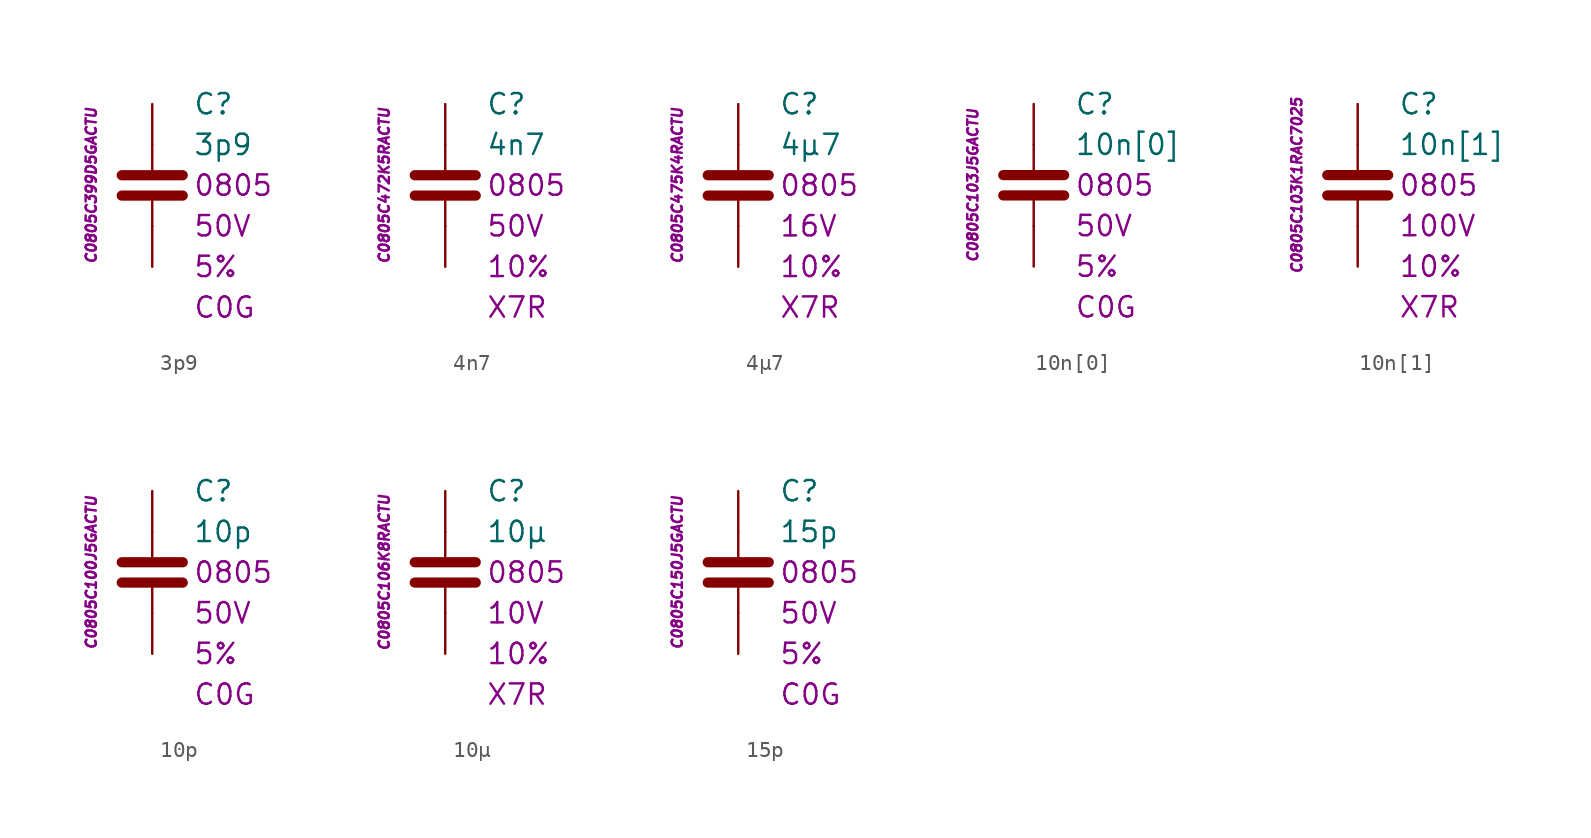
<source format=kicad_sym>
(kicad_symbol_lib
  (version 20201005)
  (generator kicad_symbol_editor)
  (symbol "C.Kemet.MLCC.0805:3p9"
    (pin_numbers hide)
    (pin_names
      (offset 1.016) hide)
    (property "Reference" "C"
      (at 2.54 5.08 0)
      (effects (font (size 1.27 1.27)) (justify left)))
    (property "Value" "3p9"
      (at 2.54 2.54 0)
      (effects (font (size 1.27 1.27)) (justify left)))
    (property "Package" "0805"
      (at 2.54 0 0)
      (effects (font (size 1.27 1.27)) (justify left)))
    (property "Voltage" "50V"
      (at 2.54 -2.54 0)
      (effects (font (size 1.27 1.27)) (justify left)))
    (property "Tolerance" "5%"
      (at 2.54 -5.08 0)
      (effects (font (size 1.27 1.27)) (justify left)))
    (property "Dielectric" "C0G"
      (at 2.54 -7.62 0)
      (effects (font (size 1.27 1.27)) (justify left)))
    (property "ID" "C0805C399D5GACTU"
      (at -3.81 0 90)
      (effects (font (size 0.635 0.635) italic)))
    (symbol "3p9_0_1"
      (polyline (pts (xy -1.905 -0.635) (xy 1.905 -0.635)) (stroke (width 0.635)) (fill (type none)))
      (polyline (pts (xy -1.905 0.635) (xy 1.905 0.635)) (stroke (width 0.635)) (fill (type none)))
      (polyline (pts (xy 0 -2.54) (xy 0 -0.635)) (stroke (width 0.152)) (fill (type none)))
      (polyline (pts (xy 0 0.635) (xy 0 2.54)) (stroke (width 0.152)) (fill (type none))))
    (symbol "3p9_1_1"
      (pin passive line (at 0 5.08 270) (length 2.54) (name "~" (effects (font (size 1.778 1.778)))) (number "1" (effects (font (size 1.778 1.778)))))
      (pin passive line (at 0 -5.08 90) (length 2.54) (name "~" (effects (font (size 1.778 1.778)))) (number "2" (effects (font (size 1.778 1.778)))))))
  (symbol "C.Kemet.MLCC.0805:4n7"
    (pin_numbers hide)
    (pin_names
      (offset 1.016) hide)
    (property "Reference" "C"
      (at 2.54 5.08 0)
      (effects (font (size 1.27 1.27)) (justify left)))
    (property "Value" "4n7"
      (at 2.54 2.54 0)
      (effects (font (size 1.27 1.27)) (justify left)))
    (property "Package" "0805"
      (at 2.54 0 0)
      (effects (font (size 1.27 1.27)) (justify left)))
    (property "Voltage" "50V"
      (at 2.54 -2.54 0)
      (effects (font (size 1.27 1.27)) (justify left)))
    (property "Tolerance" "10%"
      (at 2.54 -5.08 0)
      (effects (font (size 1.27 1.27)) (justify left)))
    (property "Dielectric" "X7R"
      (at 2.54 -7.62 0)
      (effects (font (size 1.27 1.27)) (justify left)))
    (property "ID" "C0805C472K5RACTU"
      (at -3.81 0 90)
      (effects (font (size 0.635 0.635) italic)))
    (symbol "4n7_0_1"
      (polyline (pts (xy -1.905 -0.635) (xy 1.905 -0.635)) (stroke (width 0.635)) (fill (type none)))
      (polyline (pts (xy -1.905 0.635) (xy 1.905 0.635)) (stroke (width 0.635)) (fill (type none)))
      (polyline (pts (xy 0 -2.54) (xy 0 -0.635)) (stroke (width 0.152)) (fill (type none)))
      (polyline (pts (xy 0 0.635) (xy 0 2.54)) (stroke (width 0.152)) (fill (type none))))
    (symbol "4n7_1_1"
      (pin passive line (at 0 5.08 270) (length 2.54) (name "~" (effects (font (size 1.778 1.778)))) (number "1" (effects (font (size 1.778 1.778)))))
      (pin passive line (at 0 -5.08 90) (length 2.54) (name "~" (effects (font (size 1.778 1.778)))) (number "2" (effects (font (size 1.778 1.778)))))))
  (symbol "C.Kemet.MLCC.0805:4µ7"
    (pin_numbers hide)
    (pin_names
      (offset 1.016) hide)
    (property "Reference" "C"
      (at 2.54 5.08 0)
      (effects (font (size 1.27 1.27)) (justify left)))
    (property "Value" "4µ7"
      (at 2.54 2.54 0)
      (effects (font (size 1.27 1.27)) (justify left)))
    (property "Package" "0805"
      (at 2.54 0 0)
      (effects (font (size 1.27 1.27)) (justify left)))
    (property "Voltage" "16V"
      (at 2.54 -2.54 0)
      (effects (font (size 1.27 1.27)) (justify left)))
    (property "Tolerance" "10%"
      (at 2.54 -5.08 0)
      (effects (font (size 1.27 1.27)) (justify left)))
    (property "Dielectric" "X7R"
      (at 2.54 -7.62 0)
      (effects (font (size 1.27 1.27)) (justify left)))
    (property "ID" "C0805C475K4RACTU"
      (at -3.81 0 90)
      (effects (font (size 0.635 0.635) italic)))
    (symbol "4µ7_0_1"
      (polyline (pts (xy -1.905 -0.635) (xy 1.905 -0.635)) (stroke (width 0.635)) (fill (type none)))
      (polyline (pts (xy -1.905 0.635) (xy 1.905 0.635)) (stroke (width 0.635)) (fill (type none)))
      (polyline (pts (xy 0 -2.54) (xy 0 -0.635)) (stroke (width 0.152)) (fill (type none)))
      (polyline (pts (xy 0 0.635) (xy 0 2.54)) (stroke (width 0.152)) (fill (type none))))
    (symbol "4µ7_1_1"
      (pin passive line (at 0 5.08 270) (length 2.54) (name "~" (effects (font (size 1.778 1.778)))) (number "1" (effects (font (size 1.778 1.778)))))
      (pin passive line (at 0 -5.08 90) (length 2.54) (name "~" (effects (font (size 1.778 1.778)))) (number "2" (effects (font (size 1.778 1.778)))))))
  (symbol "C.Kemet.MLCC.0805:10n[0]"
    (pin_numbers hide)
    (pin_names
      (offset 1.016) hide)
    (property "Reference" "C"
      (at 2.54 5.08 0)
      (effects (font (size 1.27 1.27)) (justify left)))
    (property "Value" "10n[0]"
      (at 2.54 2.54 0)
      (effects (font (size 1.27 1.27)) (justify left)))
    (property "Package" "0805"
      (at 2.54 0 0)
      (effects (font (size 1.27 1.27)) (justify left)))
    (property "Voltage" "50V"
      (at 2.54 -2.54 0)
      (effects (font (size 1.27 1.27)) (justify left)))
    (property "Tolerance" "5%"
      (at 2.54 -5.08 0)
      (effects (font (size 1.27 1.27)) (justify left)))
    (property "Dielectric" "C0G"
      (at 2.54 -7.62 0)
      (effects (font (size 1.27 1.27)) (justify left)))
    (property "ID" "C0805C103J5GACTU"
      (at -3.81 0 90)
      (effects (font (size 0.635 0.635) italic)))
    (symbol "10n[0]_0_1"
      (polyline (pts (xy -1.905 -0.635) (xy 1.905 -0.635)) (stroke (width 0.635)) (fill (type none)))
      (polyline (pts (xy -1.905 0.635) (xy 1.905 0.635)) (stroke (width 0.635)) (fill (type none)))
      (polyline (pts (xy 0 -2.54) (xy 0 -0.635)) (stroke (width 0.152)) (fill (type none)))
      (polyline (pts (xy 0 0.635) (xy 0 2.54)) (stroke (width 0.152)) (fill (type none))))
    (symbol "10n[0]_1_1"
      (pin passive line (at 0 5.08 270) (length 2.54) (name "~" (effects (font (size 1.778 1.778)))) (number "1" (effects (font (size 1.778 1.778)))))
      (pin passive line (at 0 -5.08 90) (length 2.54) (name "~" (effects (font (size 1.778 1.778)))) (number "2" (effects (font (size 1.778 1.778)))))))
  (symbol "C.Kemet.MLCC.0805:10n[1]"
    (pin_numbers hide)
    (pin_names
      (offset 1.016) hide)
    (property "Reference" "C"
      (at 2.54 5.08 0)
      (effects (font (size 1.27 1.27)) (justify left)))
    (property "Value" "10n[1]"
      (at 2.54 2.54 0)
      (effects (font (size 1.27 1.27)) (justify left)))
    (property "Package" "0805"
      (at 2.54 0 0)
      (effects (font (size 1.27 1.27)) (justify left)))
    (property "Voltage" "100V"
      (at 2.54 -2.54 0)
      (effects (font (size 1.27 1.27)) (justify left)))
    (property "Tolerance" "10%"
      (at 2.54 -5.08 0)
      (effects (font (size 1.27 1.27)) (justify left)))
    (property "Dielectric" "X7R"
      (at 2.54 -7.62 0)
      (effects (font (size 1.27 1.27)) (justify left)))
    (property "ID" "C0805C103K1RAC7025"
      (at -3.81 0 90)
      (effects (font (size 0.635 0.635) italic)))
    (symbol "10n[1]_0_1"
      (polyline (pts (xy -1.905 -0.635) (xy 1.905 -0.635)) (stroke (width 0.635)) (fill (type none)))
      (polyline (pts (xy -1.905 0.635) (xy 1.905 0.635)) (stroke (width 0.635)) (fill (type none)))
      (polyline (pts (xy 0 -2.54) (xy 0 -0.635)) (stroke (width 0.152)) (fill (type none)))
      (polyline (pts (xy 0 0.635) (xy 0 2.54)) (stroke (width 0.152)) (fill (type none))))
    (symbol "10n[1]_1_1"
      (pin passive line (at 0 5.08 270) (length 2.54) (name "~" (effects (font (size 1.778 1.778)))) (number "1" (effects (font (size 1.778 1.778)))))
      (pin passive line (at 0 -5.08 90) (length 2.54) (name "~" (effects (font (size 1.778 1.778)))) (number "2" (effects (font (size 1.778 1.778)))))))
  (symbol "C.Kemet.MLCC.0805:10p"
    (pin_numbers hide)
    (pin_names
      (offset 1.016) hide)
    (property "Reference" "C"
      (at 2.54 5.08 0)
      (effects (font (size 1.27 1.27)) (justify left)))
    (property "Value" "10p"
      (at 2.54 2.54 0)
      (effects (font (size 1.27 1.27)) (justify left)))
    (property "Package" "0805"
      (at 2.54 0 0)
      (effects (font (size 1.27 1.27)) (justify left)))
    (property "Voltage" "50V"
      (at 2.54 -2.54 0)
      (effects (font (size 1.27 1.27)) (justify left)))
    (property "Tolerance" "5%"
      (at 2.54 -5.08 0)
      (effects (font (size 1.27 1.27)) (justify left)))
    (property "Dielectric" "C0G"
      (at 2.54 -7.62 0)
      (effects (font (size 1.27 1.27)) (justify left)))
    (property "ID" "C0805C100J5GACTU"
      (at -3.81 0 90)
      (effects (font (size 0.635 0.635) italic)))
    (symbol "10p_0_1"
      (polyline (pts (xy -1.905 -0.635) (xy 1.905 -0.635)) (stroke (width 0.635)) (fill (type none)))
      (polyline (pts (xy -1.905 0.635) (xy 1.905 0.635)) (stroke (width 0.635)) (fill (type none)))
      (polyline (pts (xy 0 -2.54) (xy 0 -0.635)) (stroke (width 0.152)) (fill (type none)))
      (polyline (pts (xy 0 0.635) (xy 0 2.54)) (stroke (width 0.152)) (fill (type none))))
    (symbol "10p_1_1"
      (pin passive line (at 0 5.08 270) (length 2.54) (name "~" (effects (font (size 1.778 1.778)))) (number "1" (effects (font (size 1.778 1.778)))))
      (pin passive line (at 0 -5.08 90) (length 2.54) (name "~" (effects (font (size 1.778 1.778)))) (number "2" (effects (font (size 1.778 1.778)))))))
  (symbol "C.Kemet.MLCC.0805:10µ"
    (pin_numbers hide)
    (pin_names
      (offset 1.016) hide)
    (property "Reference" "C"
      (at 2.54 5.08 0)
      (effects (font (size 1.27 1.27)) (justify left)))
    (property "Value" "10µ"
      (at 2.54 2.54 0)
      (effects (font (size 1.27 1.27)) (justify left)))
    (property "Package" "0805"
      (at 2.54 0 0)
      (effects (font (size 1.27 1.27)) (justify left)))
    (property "Voltage" "10V"
      (at 2.54 -2.54 0)
      (effects (font (size 1.27 1.27)) (justify left)))
    (property "Tolerance" "10%"
      (at 2.54 -5.08 0)
      (effects (font (size 1.27 1.27)) (justify left)))
    (property "Dielectric" "X7R"
      (at 2.54 -7.62 0)
      (effects (font (size 1.27 1.27)) (justify left)))
    (property "ID" "C0805C106K8RACTU"
      (at -3.81 0 90)
      (effects (font (size 0.635 0.635) italic)))
    (symbol "10µ_0_1"
      (polyline (pts (xy -1.905 -0.635) (xy 1.905 -0.635)) (stroke (width 0.635)) (fill (type none)))
      (polyline (pts (xy -1.905 0.635) (xy 1.905 0.635)) (stroke (width 0.635)) (fill (type none)))
      (polyline (pts (xy 0 -2.54) (xy 0 -0.635)) (stroke (width 0.152)) (fill (type none)))
      (polyline (pts (xy 0 0.635) (xy 0 2.54)) (stroke (width 0.152)) (fill (type none))))
    (symbol "10µ_1_1"
      (pin passive line (at 0 5.08 270) (length 2.54) (name "~" (effects (font (size 1.778 1.778)))) (number "1" (effects (font (size 1.778 1.778)))))
      (pin passive line (at 0 -5.08 90) (length 2.54) (name "~" (effects (font (size 1.778 1.778)))) (number "2" (effects (font (size 1.778 1.778)))))))
  (symbol "C.Kemet.MLCC.0805:15p"
    (pin_numbers hide)
    (pin_names
      (offset 1.016) hide)
    (property "Reference" "C"
      (at 2.54 5.08 0)
      (effects (font (size 1.27 1.27)) (justify left)))
    (property "Value" "15p"
      (at 2.54 2.54 0)
      (effects (font (size 1.27 1.27)) (justify left)))
    (property "Package" "0805"
      (at 2.54 0 0)
      (effects (font (size 1.27 1.27)) (justify left)))
    (property "Voltage" "50V"
      (at 2.54 -2.54 0)
      (effects (font (size 1.27 1.27)) (justify left)))
    (property "Tolerance" "5%"
      (at 2.54 -5.08 0)
      (effects (font (size 1.27 1.27)) (justify left)))
    (property "Dielectric" "C0G"
      (at 2.54 -7.62 0)
      (effects (font (size 1.27 1.27)) (justify left)))
    (property "ID" "C0805C150J5GACTU"
      (at -3.81 0 90)
      (effects (font (size 0.635 0.635) italic)))
    (symbol "15p_0_1"
      (polyline (pts (xy -1.905 -0.635) (xy 1.905 -0.635)) (stroke (width 0.635)) (fill (type none)))
      (polyline (pts (xy -1.905 0.635) (xy 1.905 0.635)) (stroke (width 0.635)) (fill (type none)))
      (polyline (pts (xy 0 -2.54) (xy 0 -0.635)) (stroke (width 0.152)) (fill (type none)))
      (polyline (pts (xy 0 0.635) (xy 0 2.54)) (stroke (width 0.152)) (fill (type none))))
    (symbol "15p_1_1"
      (pin passive line (at 0 5.08 270) (length 2.54) (name "~" (effects (font (size 1.778 1.778)))) (number "1" (effects (font (size 1.778 1.778)))))
      (pin passive line (at 0 -5.08 90) (length 2.54) (name "~" (effects (font (size 1.778 1.778)))) (number "2" (effects (font (size 1.778 1.778))))))))
</source>
